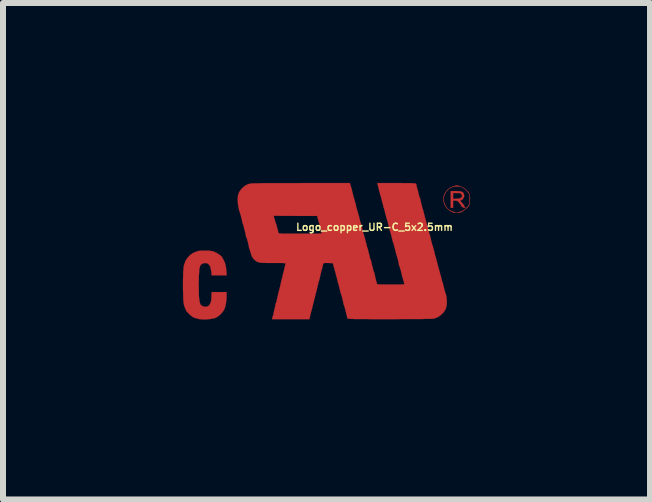
<source format=kicad_pcb>
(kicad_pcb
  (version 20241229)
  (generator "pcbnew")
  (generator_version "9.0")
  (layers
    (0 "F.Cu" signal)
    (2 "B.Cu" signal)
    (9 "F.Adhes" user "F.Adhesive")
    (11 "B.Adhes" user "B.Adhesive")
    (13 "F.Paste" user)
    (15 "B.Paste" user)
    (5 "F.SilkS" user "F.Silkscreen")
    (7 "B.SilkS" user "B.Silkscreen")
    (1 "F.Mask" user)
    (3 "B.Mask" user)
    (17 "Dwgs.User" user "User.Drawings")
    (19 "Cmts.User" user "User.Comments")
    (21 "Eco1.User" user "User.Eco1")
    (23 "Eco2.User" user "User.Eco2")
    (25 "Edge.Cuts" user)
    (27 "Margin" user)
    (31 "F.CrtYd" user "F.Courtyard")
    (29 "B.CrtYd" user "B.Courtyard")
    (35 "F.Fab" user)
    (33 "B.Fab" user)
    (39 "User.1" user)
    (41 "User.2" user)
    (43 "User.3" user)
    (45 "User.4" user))
  (footprint "Logo_copper_UR-C_5x2.5mm"
    (layer "F.Cu")
    (at 2.394 1.137)
    (property "Reference" "Logo_copper_UR-C_5x2.5mm" (at 0.8 -0.4 0) (layer "F.SilkS") (effects (font (size 0.119 0.119) (thickness 0.023))))
    (attr through_hole)
    (fp_poly (pts (xy 2.316 -0.729) (xy 2.311 -0.724) (xy 2.299 -0.724) (xy 2.281 -0.726) (xy 2.268 -0.732) (xy 2.266 -0.734) (xy 2.253 -0.749) (xy 2.243 -0.765) (xy 2.233 -0.782) (xy 2.217 -0.8) (xy 2.207 -0.813) (xy 2.189 -0.831) (xy 2.177 -0.838) (xy 2.162 -0.841) (xy 2.144 -0.841) (xy 2.111 -0.841) (xy 2.111 -0.782) (xy 2.111 -0.721) (xy 2.09 -0.721) (xy 2.07 -0.721) (xy 2.07 -0.861) (xy 2.07 -1.001) (xy 2.151 -1.001) (xy 2.195 -1.001) (xy 2.228 -0.998) (xy 2.253 -0.991) (xy 2.271 -0.983) (xy 2.283 -0.968) (xy 2.286 -0.963) (xy 2.296 -0.93) (xy 2.294 -0.902) (xy 2.276 -0.874) (xy 2.261 -0.859) (xy 2.261 -0.917) (xy 2.258 -0.937) (xy 2.248 -0.95) (xy 2.238 -0.96) (xy 2.228 -0.965) (xy 2.215 -0.968) (xy 2.195 -0.968) (xy 2.172 -0.968) (xy 2.111 -0.968) (xy 2.111 -0.919) (xy 2.111 -0.871) (xy 2.162 -0.874) (xy 2.189 -0.874) (xy 2.215 -0.879) (xy 2.23 -0.881) (xy 2.253 -0.899) (xy 2.261 -0.917) (xy 2.261 -0.859) (xy 2.245 -0.848) (xy 2.24 -0.846) (xy 2.233 -0.843) (xy 2.23 -0.838) (xy 2.235 -0.831) (xy 2.25 -0.815) (xy 2.253 -0.813) (xy 2.271 -0.792) (xy 2.286 -0.772) (xy 2.291 -0.759) (xy 2.301 -0.744) (xy 2.309 -0.737) (xy 2.316 -0.732) (xy 2.316 -0.729)) (stroke (width 0.003) (type solid)) (fill yes) (layer "F.Cu"))
    (fp_poly (pts (xy 2.393 -0.869) (xy 2.39 -0.823) (xy 2.385 -0.787) (xy 2.385 -0.861) (xy 2.385 -0.866) (xy 2.385 -0.899) (xy 2.385 -0.922) (xy 2.383 -0.937) (xy 2.377 -0.953) (xy 2.37 -0.965) (xy 2.367 -0.968) (xy 2.347 -0.993) (xy 2.322 -1.021) (xy 2.291 -1.046) (xy 2.261 -1.064) (xy 2.256 -1.067) (xy 2.23 -1.074) (xy 2.195 -1.077) (xy 2.156 -1.077) (xy 2.121 -1.074) (xy 2.088 -1.064) (xy 2.08 -1.062) (xy 2.04 -1.036) (xy 2.004 -1.001) (xy 1.976 -0.955) (xy 1.958 -0.904) (xy 1.953 -0.859) (xy 1.961 -0.813) (xy 1.981 -0.765) (xy 2.009 -0.721) (xy 2.019 -0.711) (xy 2.04 -0.691) (xy 2.068 -0.676) (xy 2.093 -0.663) (xy 2.116 -0.655) (xy 2.121 -0.655) (xy 2.134 -0.653) (xy 2.141 -0.65) (xy 2.149 -0.645) (xy 2.167 -0.643) (xy 2.174 -0.643) (xy 2.192 -0.645) (xy 2.205 -0.648) (xy 2.207 -0.65) (xy 2.215 -0.655) (xy 2.225 -0.655) (xy 2.248 -0.66) (xy 2.273 -0.676) (xy 2.304 -0.693) (xy 2.332 -0.719) (xy 2.355 -0.744) (xy 2.367 -0.762) (xy 2.375 -0.777) (xy 2.38 -0.79) (xy 2.383 -0.808) (xy 2.385 -0.828) (xy 2.385 -0.861) (xy 2.385 -0.787) (xy 2.375 -0.757) (xy 2.357 -0.732) (xy 2.332 -0.709) (xy 2.294 -0.681) (xy 2.286 -0.673) (xy 2.261 -0.658) (xy 2.243 -0.648) (xy 2.225 -0.643) (xy 2.202 -0.64) (xy 2.189 -0.64) (xy 2.164 -0.64) (xy 2.139 -0.64) (xy 2.123 -0.64) (xy 2.101 -0.648) (xy 2.073 -0.663) (xy 2.042 -0.683) (xy 2.019 -0.704) (xy 2.009 -0.711) (xy 1.984 -0.744) (xy 1.963 -0.785) (xy 1.951 -0.828) (xy 1.948 -0.843) (xy 1.948 -0.886) (xy 1.958 -0.93) (xy 1.979 -0.975) (xy 2.007 -1.013) (xy 2.019 -1.026) (xy 2.045 -1.046) (xy 2.073 -1.064) (xy 2.101 -1.077) (xy 2.121 -1.082) (xy 2.136 -1.085) (xy 2.141 -1.087) (xy 2.149 -1.092) (xy 2.167 -1.095) (xy 2.187 -1.095) (xy 2.202 -1.09) (xy 2.207 -1.087) (xy 2.223 -1.082) (xy 2.243 -1.077) (xy 2.245 -1.074) (xy 2.268 -1.064) (xy 2.296 -1.049) (xy 2.324 -1.026) (xy 2.349 -1.001) (xy 2.37 -0.978) (xy 2.377 -0.965) (xy 2.385 -0.95) (xy 2.388 -0.935) (xy 2.39 -0.912) (xy 2.393 -0.884) (xy 2.393 -0.869)) (stroke (width 0.003) (type solid)) (fill yes) (layer "F.Cu"))
    (fp_poly (pts (xy -1.664 0.404) (xy -1.791 0.404) (xy -1.915 0.404) (xy -1.92 0.348) (xy -1.928 0.302) (xy -1.938 0.262) (xy -1.956 0.231) (xy -1.976 0.211) (xy -1.986 0.206) (xy -2.022 0.198) (xy -2.052 0.203) (xy -2.08 0.216) (xy -2.101 0.236) (xy -2.106 0.246) (xy -2.113 0.272) (xy -2.121 0.307) (xy -2.123 0.358) (xy -2.129 0.417) (xy -2.129 0.485) (xy -2.131 0.556) (xy -2.129 0.635) (xy -2.129 0.704) (xy -2.126 0.762) (xy -2.121 0.808) (xy -2.116 0.843) (xy -2.108 0.871) (xy -2.101 0.889) (xy -2.093 0.899) (xy -2.068 0.917) (xy -2.037 0.927) (xy -2.004 0.927) (xy -1.984 0.922) (xy -1.966 0.912) (xy -1.951 0.894) (xy -1.941 0.876) (xy -1.938 0.869) (xy -1.933 0.856) (xy -1.93 0.853) (xy -1.928 0.846) (xy -1.923 0.828) (xy -1.92 0.798) (xy -1.92 0.767) (xy -1.915 0.683) (xy -1.791 0.683) (xy -1.666 0.683) (xy -1.666 0.744) (xy -1.666 0.79) (xy -1.671 0.838) (xy -1.679 0.884) (xy -1.687 0.925) (xy -1.694 0.945) (xy -1.714 0.991) (xy -1.748 1.034) (xy -1.786 1.072) (xy -1.829 1.102) (xy -1.839 1.107) (xy -1.864 1.118) (xy -1.9 1.125) (xy -1.943 1.133) (xy -1.989 1.138) (xy -2.035 1.14) (xy -2.078 1.138) (xy -2.113 1.135) (xy -2.123 1.133) (xy -2.154 1.125) (xy -2.184 1.118) (xy -2.21 1.107) (xy -2.23 1.1) (xy -2.238 1.092) (xy -2.238 1.09) (xy -2.248 1.082) (xy -2.253 1.082) (xy -2.261 1.077) (xy -2.273 1.064) (xy -2.291 1.049) (xy -2.309 1.029) (xy -2.327 1.011) (xy -2.337 0.998) (xy -2.342 0.988) (xy -2.344 0.98) (xy -2.352 0.963) (xy -2.355 0.958) (xy -2.362 0.94) (xy -2.365 0.93) (xy -2.367 0.93) (xy -2.37 0.919) (xy -2.37 0.914) (xy -2.377 0.897) (xy -2.38 0.874) (xy -2.385 0.846) (xy -2.388 0.808) (xy -2.39 0.762) (xy -2.39 0.704) (xy -2.393 0.638) (xy -2.393 0.566) (xy -2.393 0.483) (xy -2.39 0.411) (xy -2.39 0.351) (xy -2.385 0.302) (xy -2.383 0.264) (xy -2.377 0.239) (xy -2.372 0.221) (xy -2.37 0.216) (xy -2.367 0.206) (xy -2.365 0.206) (xy -2.355 0.17) (xy -2.332 0.132) (xy -2.304 0.097) (xy -2.273 0.064) (xy -2.24 0.041) (xy -2.228 0.033) (xy -2.195 0.018) (xy -2.172 0.008) (xy -2.156 0.003) (xy -2.154 0.003) (xy -2.141 0) (xy -2.134 -0.003) (xy -2.121 -0.005) (xy -2.098 -0.008) (xy -2.068 -0.008) (xy -2.037 -0.008) (xy -2.002 -0.008) (xy -1.971 -0.008) (xy -1.946 -0.005) (xy -1.928 -0.003) (xy -1.923 0) (xy -1.913 0.003) (xy -1.908 0) (xy -1.9 0) (xy -1.89 0.003) (xy -1.875 0.01) (xy -1.854 0.02) (xy -1.836 0.028) (xy -1.814 0.041) (xy -1.791 0.056) (xy -1.77 0.071) (xy -1.753 0.086) (xy -1.74 0.099) (xy -1.737 0.107) (xy -1.735 0.114) (xy -1.727 0.13) (xy -1.717 0.145) (xy -1.694 0.193) (xy -1.679 0.251) (xy -1.669 0.32) (xy -1.669 0.335) (xy -1.664 0.404)) (stroke (width 0.003) (type solid)) (fill yes) (layer "F.Cu"))
    (fp_poly (pts (xy 2.007 0.841) (xy 2.004 0.899) (xy 1.991 0.953) (xy 1.976 0.986) (xy 1.943 1.031) (xy 1.902 1.069) (xy 1.854 1.102) (xy 1.801 1.123) (xy 1.775 1.128) (xy 1.763 1.128) (xy 1.735 1.13) (xy 1.699 1.13) (xy 1.648 1.13) (xy 1.59 1.133) (xy 1.519 1.133) (xy 1.44 1.133) (xy 1.351 1.133) (xy 1.255 1.133) (xy 1.151 1.135) (xy 1.049 1.135) (xy 0.937 1.135) (xy 0.838 1.135) (xy 0.749 1.135) (xy 0.673 1.133) (xy 0.607 1.133) (xy 0.551 1.133) (xy 0.503 1.133) (xy 0.462 1.133) (xy 0.429 1.13) (xy 0.404 1.13) (xy 0.384 1.128) (xy 0.368 1.128) (xy 0.358 1.125) (xy 0.351 1.123) (xy 0.348 1.12) (xy 0.345 1.118) (xy 0.343 1.113) (xy 0.343 1.107) (xy 0.343 1.097) (xy 0.338 1.074) (xy 0.33 1.046) (xy 0.323 1.016) (xy 0.315 0.983) (xy 0.307 0.953) (xy 0.3 0.93) (xy 0.295 0.912) (xy 0.287 0.894) (xy 0.284 0.884) (xy 0.284 0.881) (xy 0.282 0.871) (xy 0.279 0.851) (xy 0.272 0.823) (xy 0.264 0.795) (xy 0.259 0.767) (xy 0.251 0.742) (xy 0.246 0.724) (xy 0.244 0.719) (xy 0.239 0.706) (xy 0.231 0.681) (xy 0.224 0.648) (xy 0.213 0.607) (xy 0.203 0.561) (xy 0.198 0.541) (xy 0.193 0.528) (xy 0.191 0.523) (xy 0.185 0.518) (xy 0.185 0.511) (xy 0.185 0.495) (xy 0.183 0.49) (xy 0.18 0.48) (xy 0.175 0.46) (xy 0.168 0.432) (xy 0.16 0.404) (xy 0.152 0.373) (xy 0.147 0.348) (xy 0.14 0.328) (xy 0.137 0.32) (xy 0.132 0.31) (xy 0.135 0.305) (xy 0.135 0.297) (xy 0.132 0.297) (xy 0.13 0.29) (xy 0.124 0.272) (xy 0.117 0.249) (xy 0.107 0.201) (xy 0.028 0.198) (xy -0.005 0.198) (xy -0.028 0.198) (xy -0.043 0.201) (xy -0.051 0.208) (xy -0.058 0.221) (xy -0.061 0.241) (xy -0.066 0.262) (xy -0.071 0.282) (xy -0.076 0.297) (xy -0.076 0.3) (xy -0.076 -0.295) (xy -0.084 -0.305) (xy -0.084 -0.307) (xy -0.086 -0.32) (xy -0.091 -0.34) (xy -0.097 -0.368) (xy -0.104 -0.399) (xy -0.112 -0.429) (xy -0.119 -0.457) (xy -0.127 -0.48) (xy -0.132 -0.493) (xy -0.132 -0.495) (xy -0.137 -0.508) (xy -0.135 -0.513) (xy -0.135 -0.521) (xy -0.137 -0.523) (xy -0.142 -0.528) (xy -0.147 -0.544) (xy -0.15 -0.554) (xy -0.155 -0.587) (xy -0.518 -0.587) (xy -0.881 -0.589) (xy -0.864 -0.526) (xy -0.856 -0.498) (xy -0.848 -0.475) (xy -0.843 -0.46) (xy -0.843 -0.457) (xy -0.838 -0.45) (xy -0.833 -0.432) (xy -0.831 -0.417) (xy -0.823 -0.389) (xy -0.813 -0.356) (xy -0.81 -0.343) (xy -0.805 -0.323) (xy -0.8 -0.305) (xy -0.798 -0.3) (xy -0.795 -0.297) (xy -0.787 -0.295) (xy -0.77 -0.295) (xy -0.747 -0.292) (xy -0.716 -0.292) (xy -0.676 -0.292) (xy -0.625 -0.292) (xy -0.564 -0.292) (xy -0.49 -0.292) (xy -0.432 -0.292) (xy -0.363 -0.292) (xy -0.3 -0.292) (xy -0.244 -0.292) (xy -0.193 -0.292) (xy -0.15 -0.292) (xy -0.114 -0.295) (xy -0.091 -0.295) (xy -0.079 -0.295) (xy -0.076 -0.295) (xy -0.076 0.3) (xy -0.079 0.305) (xy -0.081 0.312) (xy -0.086 0.33) (xy -0.091 0.356) (xy -0.099 0.389) (xy -0.104 0.411) (xy -0.112 0.445) (xy -0.119 0.478) (xy -0.127 0.5) (xy -0.132 0.516) (xy -0.135 0.518) (xy -0.137 0.526) (xy -0.137 0.531) (xy -0.135 0.544) (xy -0.137 0.546) (xy -0.142 0.556) (xy -0.147 0.574) (xy -0.152 0.602) (xy -0.16 0.632) (xy -0.16 0.635) (xy -0.168 0.668) (xy -0.175 0.696) (xy -0.18 0.714) (xy -0.185 0.724) (xy -0.188 0.737) (xy -0.185 0.739) (xy -0.188 0.752) (xy -0.191 0.757) (xy -0.193 0.767) (xy -0.198 0.787) (xy -0.206 0.813) (xy -0.213 0.846) (xy -0.218 0.861) (xy -0.226 0.897) (xy -0.234 0.927) (xy -0.239 0.953) (xy -0.244 0.968) (xy -0.244 0.973) (xy -0.249 0.983) (xy -0.254 1.006) (xy -0.262 1.031) (xy -0.264 1.044) (xy -0.272 1.072) (xy -0.277 1.097) (xy -0.279 1.115) (xy -0.282 1.12) (xy -0.284 1.135) (xy -0.597 1.135) (xy -0.909 1.135) (xy -0.904 1.113) (xy -0.899 1.095) (xy -0.894 1.085) (xy -0.892 1.077) (xy -0.886 1.057) (xy -0.881 1.029) (xy -0.874 0.996) (xy -0.864 0.96) (xy -0.856 0.922) (xy -0.851 0.894) (xy -0.848 0.879) (xy -0.843 0.866) (xy -0.838 0.856) (xy -0.833 0.838) (xy -0.828 0.81) (xy -0.82 0.777) (xy -0.815 0.759) (xy -0.808 0.724) (xy -0.8 0.691) (xy -0.795 0.665) (xy -0.79 0.65) (xy -0.787 0.645) (xy -0.785 0.635) (xy -0.78 0.615) (xy -0.772 0.584) (xy -0.765 0.551) (xy -0.762 0.536) (xy -0.754 0.5) (xy -0.747 0.47) (xy -0.739 0.445) (xy -0.737 0.429) (xy -0.734 0.424) (xy -0.729 0.411) (xy -0.732 0.406) (xy -0.732 0.399) (xy -0.729 0.394) (xy -0.726 0.386) (xy -0.721 0.366) (xy -0.714 0.34) (xy -0.706 0.307) (xy -0.706 0.305) (xy -0.699 0.272) (xy -0.691 0.244) (xy -0.686 0.224) (xy -0.683 0.213) (xy -0.681 0.213) (xy -0.678 0.206) (xy -0.681 0.203) (xy -0.688 0.201) (xy -0.706 0.201) (xy -0.737 0.198) (xy -0.775 0.198) (xy -0.818 0.198) (xy -0.866 0.198) (xy -0.886 0.198) (xy -0.937 0.198) (xy -0.988 0.198) (xy -1.031 0.196) (xy -1.069 0.196) (xy -1.1 0.193) (xy -1.118 0.191) (xy -1.12 0.191) (xy -1.156 0.178) (xy -1.191 0.155) (xy -1.222 0.124) (xy -1.245 0.086) (xy -1.26 0.048) (xy -1.262 0.033) (xy -1.267 0.015) (xy -1.273 0.005) (xy -1.273 0.003) (xy -1.278 -0.003) (xy -1.275 -0.013) (xy -1.275 -0.023) (xy -1.278 -0.025) (xy -1.285 -0.03) (xy -1.288 -0.046) (xy -1.29 -0.046) (xy -1.295 -0.074) (xy -1.3 -0.104) (xy -1.308 -0.137) (xy -1.316 -0.168) (xy -1.323 -0.193) (xy -1.328 -0.211) (xy -1.333 -0.221) (xy -1.339 -0.231) (xy -1.344 -0.249) (xy -1.344 -0.251) (xy -1.349 -0.282) (xy -1.356 -0.318) (xy -1.367 -0.351) (xy -1.374 -0.381) (xy -1.379 -0.406) (xy -1.384 -0.424) (xy -1.387 -0.427) (xy -1.389 -0.439) (xy -1.397 -0.46) (xy -1.405 -0.488) (xy -1.412 -0.521) (xy -1.412 -0.531) (xy -1.422 -0.564) (xy -1.43 -0.597) (xy -1.438 -0.622) (xy -1.443 -0.638) (xy -1.443 -0.64) (xy -1.453 -0.668) (xy -1.463 -0.706) (xy -1.471 -0.752) (xy -1.478 -0.795) (xy -1.481 -0.838) (xy -1.481 -0.861) (xy -1.478 -0.917) (xy -1.466 -0.963) (xy -1.445 -1.003) (xy -1.412 -1.044) (xy -1.407 -1.049) (xy -1.364 -1.087) (xy -1.316 -1.113) (xy -1.26 -1.128) (xy -1.257 -1.128) (xy -1.245 -1.128) (xy -1.219 -1.13) (xy -1.181 -1.13) (xy -1.13 -1.13) (xy -1.067 -1.133) (xy -0.996 -1.133) (xy -0.912 -1.133) (xy -0.815 -1.133) (xy -0.714 -1.133) (xy -0.599 -1.133) (xy -0.478 -1.133) (xy -0.411 -1.135) (xy 0.391 -1.135) (xy 0.394 -1.115) (xy 0.399 -1.1) (xy 0.404 -1.092) (xy 0.406 -1.079) (xy 0.406 -1.077) (xy 0.411 -1.067) (xy 0.411 -1.062) (xy 0.414 -1.052) (xy 0.422 -1.031) (xy 0.427 -1.003) (xy 0.434 -0.97) (xy 0.437 -0.965) (xy 0.445 -0.932) (xy 0.452 -0.902) (xy 0.46 -0.879) (xy 0.462 -0.866) (xy 0.465 -0.866) (xy 0.467 -0.853) (xy 0.472 -0.833) (xy 0.48 -0.805) (xy 0.49 -0.772) (xy 0.49 -0.765) (xy 0.498 -0.732) (xy 0.505 -0.704) (xy 0.513 -0.681) (xy 0.516 -0.668) (xy 0.516 -0.665) (xy 0.521 -0.655) (xy 0.526 -0.632) (xy 0.533 -0.605) (xy 0.544 -0.572) (xy 0.544 -0.569) (xy 0.551 -0.536) (xy 0.559 -0.508) (xy 0.564 -0.485) (xy 0.569 -0.475) (xy 0.569 -0.472) (xy 0.574 -0.462) (xy 0.579 -0.442) (xy 0.587 -0.414) (xy 0.594 -0.386) (xy 0.599 -0.356) (xy 0.607 -0.333) (xy 0.61 -0.315) (xy 0.61 -0.31) (xy 0.612 -0.3) (xy 0.62 -0.284) (xy 0.62 -0.282) (xy 0.625 -0.267) (xy 0.632 -0.244) (xy 0.64 -0.213) (xy 0.648 -0.178) (xy 0.65 -0.175) (xy 0.658 -0.142) (xy 0.665 -0.114) (xy 0.671 -0.091) (xy 0.673 -0.079) (xy 0.678 -0.066) (xy 0.681 -0.061) (xy 0.683 -0.051) (xy 0.686 -0.046) (xy 0.688 -0.036) (xy 0.693 -0.015) (xy 0.699 0.01) (xy 0.706 0.036) (xy 0.714 0.066) (xy 0.719 0.091) (xy 0.724 0.109) (xy 0.726 0.119) (xy 0.729 0.132) (xy 0.729 0.137) (xy 0.734 0.145) (xy 0.737 0.145) (xy 0.742 0.15) (xy 0.742 0.155) (xy 0.744 0.165) (xy 0.749 0.188) (xy 0.754 0.213) (xy 0.762 0.244) (xy 0.77 0.274) (xy 0.777 0.302) (xy 0.782 0.325) (xy 0.787 0.338) (xy 0.787 0.34) (xy 0.792 0.348) (xy 0.798 0.368) (xy 0.805 0.396) (xy 0.813 0.429) (xy 0.815 0.445) (xy 0.823 0.478) (xy 0.831 0.508) (xy 0.838 0.531) (xy 0.843 0.546) (xy 0.843 0.549) (xy 0.848 0.551) (xy 0.861 0.554) (xy 0.879 0.554) (xy 0.907 0.556) (xy 0.945 0.556) (xy 0.996 0.556) (xy 1.054 0.556) (xy 1.074 0.556) (xy 1.135 0.556) (xy 1.186 0.556) (xy 1.224 0.556) (xy 1.252 0.556) (xy 1.273 0.554) (xy 1.285 0.554) (xy 1.293 0.551) (xy 1.298 0.549) (xy 1.298 0.546) (xy 1.293 0.531) (xy 1.29 0.513) (xy 1.285 0.498) (xy 1.28 0.488) (xy 1.278 0.478) (xy 1.273 0.46) (xy 1.265 0.432) (xy 1.257 0.401) (xy 1.255 0.391) (xy 1.247 0.358) (xy 1.24 0.328) (xy 1.234 0.305) (xy 1.229 0.292) (xy 1.224 0.277) (xy 1.224 0.274) (xy 1.222 0.264) (xy 1.214 0.249) (xy 1.209 0.234) (xy 1.206 0.224) (xy 1.206 0.213) (xy 1.201 0.193) (xy 1.196 0.168) (xy 1.189 0.137) (xy 1.181 0.109) (xy 1.173 0.084) (xy 1.168 0.069) (xy 1.168 0.061) (xy 1.163 0.051) (xy 1.158 0.028) (xy 1.151 0.003) (xy 1.143 -0.028) (xy 1.135 -0.058) (xy 1.128 -0.086) (xy 1.123 -0.109) (xy 1.12 -0.119) (xy 1.12 -0.122) (xy 1.118 -0.13) (xy 1.115 -0.132) (xy 1.113 -0.137) (xy 1.107 -0.152) (xy 1.102 -0.17) (xy 1.09 -0.224) (xy 1.079 -0.267) (xy 1.069 -0.3) (xy 1.064 -0.32) (xy 1.062 -0.328) (xy 1.057 -0.338) (xy 1.052 -0.361) (xy 1.044 -0.389) (xy 1.036 -0.422) (xy 1.034 -0.427) (xy 1.026 -0.46) (xy 1.019 -0.49) (xy 1.013 -0.513) (xy 1.008 -0.526) (xy 1.003 -0.538) (xy 0.998 -0.559) (xy 0.991 -0.587) (xy 0.983 -0.62) (xy 0.98 -0.625) (xy 0.973 -0.658) (xy 0.965 -0.686) (xy 0.96 -0.709) (xy 0.955 -0.719) (xy 0.953 -0.721) (xy 0.95 -0.734) (xy 0.95 -0.739) (xy 0.95 -0.749) (xy 0.947 -0.754) (xy 0.945 -0.762) (xy 0.94 -0.78) (xy 0.932 -0.805) (xy 0.925 -0.836) (xy 0.917 -0.866) (xy 0.912 -0.892) (xy 0.907 -0.909) (xy 0.902 -0.919) (xy 0.899 -0.93) (xy 0.899 -0.932) (xy 0.894 -0.942) (xy 0.894 -0.947) (xy 0.892 -0.958) (xy 0.886 -0.978) (xy 0.879 -1.003) (xy 0.871 -1.036) (xy 0.864 -1.067) (xy 0.856 -1.097) (xy 0.851 -1.12) (xy 0.848 -1.135) (xy 1.163 -1.135) (xy 1.24 -1.135) (xy 1.3 -1.133) (xy 1.351 -1.133) (xy 1.392 -1.133) (xy 1.425 -1.133) (xy 1.45 -1.13) (xy 1.468 -1.13) (xy 1.478 -1.128) (xy 1.486 -1.128) (xy 1.491 -1.125) (xy 1.499 -1.113) (xy 1.499 -1.105) (xy 1.501 -1.092) (xy 1.501 -1.087) (xy 1.504 -1.077) (xy 1.509 -1.057) (xy 1.516 -1.031) (xy 1.524 -1.006) (xy 1.532 -0.975) (xy 1.537 -0.95) (xy 1.542 -0.932) (xy 1.544 -0.925) (xy 1.547 -0.912) (xy 1.547 -0.907) (xy 1.549 -0.897) (xy 1.552 -0.894) (xy 1.56 -0.889) (xy 1.56 -0.884) (xy 1.562 -0.874) (xy 1.565 -0.853) (xy 1.572 -0.826) (xy 1.58 -0.795) (xy 1.587 -0.765) (xy 1.595 -0.737) (xy 1.6 -0.714) (xy 1.605 -0.701) (xy 1.605 -0.699) (xy 1.61 -0.688) (xy 1.615 -0.665) (xy 1.623 -0.638) (xy 1.631 -0.605) (xy 1.633 -0.599) (xy 1.641 -0.566) (xy 1.648 -0.538) (xy 1.654 -0.516) (xy 1.659 -0.503) (xy 1.661 -0.493) (xy 1.666 -0.472) (xy 1.674 -0.445) (xy 1.681 -0.411) (xy 1.687 -0.401) (xy 1.694 -0.366) (xy 1.702 -0.338) (xy 1.707 -0.318) (xy 1.709 -0.305) (xy 1.712 -0.305) (xy 1.714 -0.297) (xy 1.72 -0.279) (xy 1.727 -0.257) (xy 1.732 -0.229) (xy 1.74 -0.201) (xy 1.745 -0.175) (xy 1.75 -0.155) (xy 1.753 -0.145) (xy 1.755 -0.135) (xy 1.76 -0.117) (xy 1.765 -0.102) (xy 1.773 -0.079) (xy 1.781 -0.048) (xy 1.791 -0.013) (xy 1.796 0.003) (xy 1.803 0.038) (xy 1.811 0.069) (xy 1.819 0.094) (xy 1.824 0.112) (xy 1.824 0.114) (xy 1.829 0.127) (xy 1.834 0.147) (xy 1.841 0.175) (xy 1.849 0.208) (xy 1.852 0.216) (xy 1.859 0.249) (xy 1.867 0.277) (xy 1.875 0.3) (xy 1.877 0.312) (xy 1.877 0.315) (xy 1.882 0.325) (xy 1.887 0.348) (xy 1.895 0.376) (xy 1.902 0.406) (xy 1.905 0.411) (xy 1.913 0.442) (xy 1.92 0.472) (xy 1.925 0.493) (xy 1.93 0.505) (xy 1.935 0.518) (xy 1.941 0.538) (xy 1.948 0.569) (xy 1.956 0.602) (xy 1.958 0.61) (xy 1.966 0.643) (xy 1.974 0.671) (xy 1.981 0.693) (xy 1.984 0.706) (xy 1.989 0.716) (xy 1.994 0.734) (xy 1.999 0.759) (xy 2.002 0.777) (xy 2.007 0.841)) (stroke (width 0.003) (type solid)) (fill yes) (layer "F.Cu")))
  (gr_rect
    (start -3 -3)
    (end 7.788 5.278)
    (stroke (width 0.1) (type default))
    (fill no)
    (layer "Edge.Cuts")))
</source>
